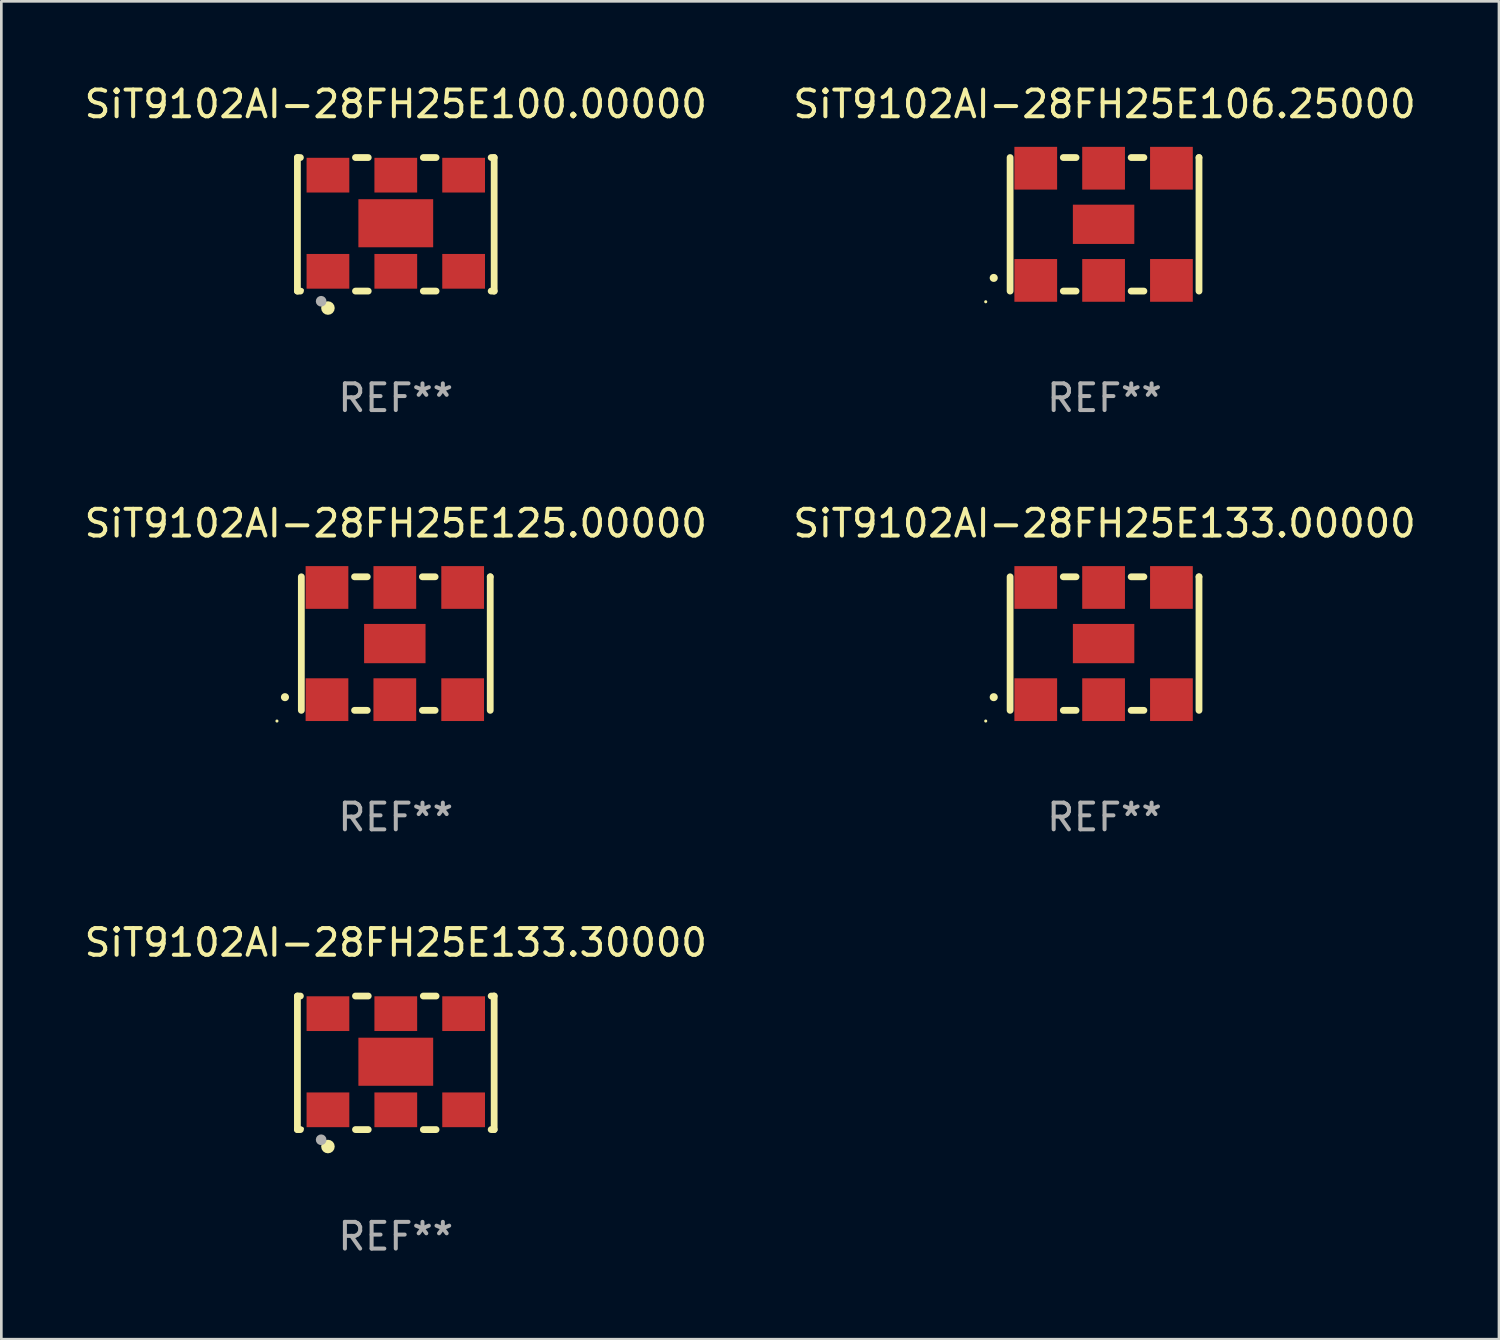
<source format=kicad_pcb>
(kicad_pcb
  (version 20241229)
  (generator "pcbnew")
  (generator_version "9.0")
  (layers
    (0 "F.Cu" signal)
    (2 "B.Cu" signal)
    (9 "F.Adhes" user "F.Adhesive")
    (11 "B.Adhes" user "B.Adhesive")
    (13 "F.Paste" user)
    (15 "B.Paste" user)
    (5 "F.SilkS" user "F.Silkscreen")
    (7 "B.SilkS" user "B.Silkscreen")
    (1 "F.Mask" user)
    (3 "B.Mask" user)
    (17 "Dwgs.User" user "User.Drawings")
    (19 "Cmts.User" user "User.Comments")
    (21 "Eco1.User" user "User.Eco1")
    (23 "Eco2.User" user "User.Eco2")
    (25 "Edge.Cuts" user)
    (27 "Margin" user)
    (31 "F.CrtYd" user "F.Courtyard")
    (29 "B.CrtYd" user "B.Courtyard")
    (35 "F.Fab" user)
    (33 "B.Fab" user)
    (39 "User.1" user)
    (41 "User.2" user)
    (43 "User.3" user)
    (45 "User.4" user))
  (footprint "SiT9102AI-28FH25E133.30000"
    (layer "F.Cu")
    (at 11.768 36.741)
    (property "Reference" "SiT9102AI-28FH25E133.30000" (at 0 -4.5 0) (layer "F.SilkS") (effects (font (size 1 1) (thickness 0.15))))
    (attr through_hole)
    (fp_line (start -3.683 -2.5) (end -3.571 -2.5) (stroke (width 0.254) (type solid)) (layer "F.SilkS"))
    (fp_line (start -3.683 2.5) (end -3.683 -2.5) (stroke (width 0.254) (type solid)) (layer "F.SilkS"))
    (fp_line (start -3.683 2.5) (end -3.571 2.5) (stroke (width 0.254) (type solid)) (layer "F.SilkS"))
    (fp_line (start -1.509 -2.5) (end -1.031 -2.5) (stroke (width 0.254) (type solid)) (layer "F.SilkS"))
    (fp_line (start -1.509 2.5) (end -1.031 2.5) (stroke (width 0.254) (type solid)) (layer "F.SilkS"))
    (fp_line (start 1.031 -2.5) (end 1.509 -2.5) (stroke (width 0.254) (type solid)) (layer "F.SilkS"))
    (fp_line (start 1.031 2.5) (end 1.509 2.5) (stroke (width 0.254) (type solid)) (layer "F.SilkS"))
    (fp_line (start 3.571 -2.5) (end 3.683 -2.5) (stroke (width 0.254) (type solid)) (layer "F.SilkS"))
    (fp_line (start 3.571 2.5) (end 3.683 2.5) (stroke (width 0.254) (type solid)) (layer "F.SilkS"))
    (fp_line (start 3.683 2.5) (end 3.683 -2.5) (stroke (width 0.254) (type solid)) (layer "F.SilkS"))
    (fp_circle (center -3.5 2.46) (end -3.47 2.46) (stroke (width 0.06) (type solid)) (fill no) (layer "F.SilkS"))
    (fp_circle (center -2.54 3.135) (end -2.413 3.135) (stroke (width 0.254) (type solid)) (fill no) (layer "F.SilkS"))
    (fp_circle (center -2.794 2.881) (end -2.694 2.881) (stroke (width 0.2) (type solid)) (fill no) (layer "F.Fab"))
    (fp_text user "REF**" (at 0 6.5 0) (layer "F.Fab") (effects (font (size 1 1) (thickness 0.15))))
    (pad "1" smd rect (at -2.54 1.76) (size 1.6 1.3) (layers "F.Cu" "F.Mask" "F.Paste"))
    (pad "2" smd rect (at 0 1.76) (size 1.6 1.3) (layers "F.Cu" "F.Mask" "F.Paste"))
    (pad "3" smd rect (at 2.54 1.76) (size 1.6 1.3) (layers "F.Cu" "F.Mask" "F.Paste"))
    (pad "4" smd rect (at 2.54 -1.84) (size 1.6 1.3) (layers "F.Cu" "F.Mask" "F.Paste"))
    (pad "5" smd rect (at 0 -1.84) (size 1.6 1.3) (layers "F.Cu" "F.Mask" "F.Paste"))
    (pad "6" smd rect (at -2.54 -1.84) (size 1.6 1.3) (layers "F.Cu" "F.Mask" "F.Paste"))
    (pad "7" smd rect (at 0 -0.04) (size 2.8 1.8) (layers "F.Cu" "F.Mask" "F.Paste")))
  (footprint "SiT9102AI-28FH25E106.25000"
    (layer "F.Cu")
    (at 38.304 5.348)
    (property "Reference" "SiT9102AI-28FH25E106.25000" (at 0 -4.5 0) (layer "F.SilkS") (effects (font (size 1 1) (thickness 0.15))))
    (attr through_hole)
    (fp_line (start -3.536 -2.5) (end -3.536 2.5) (stroke (width 0.254) (type solid)) (layer "F.SilkS"))
    (fp_line (start -1.544 2.5) (end -1.067 2.5) (stroke (width 0.254) (type solid)) (layer "F.SilkS"))
    (fp_line (start -1.067 -2.5) (end -1.544 -2.5) (stroke (width 0.254) (type solid)) (layer "F.SilkS"))
    (fp_line (start 0.996 2.5) (end 1.473 2.5) (stroke (width 0.254) (type solid)) (layer "F.SilkS"))
    (fp_line (start 1.473 -2.5) (end 0.996 -2.5) (stroke (width 0.254) (type solid)) (layer "F.SilkS"))
    (fp_line (start 3.536 -2.5) (end 3.536 -2.5) (stroke (width 0.254) (type solid)) (layer "F.SilkS"))
    (fp_line (start 3.536 2.5) (end 3.536 -2.5) (stroke (width 0.254) (type solid)) (layer "F.SilkS"))
    (fp_arc (start -4.150432 2.006604) (mid -4.149162 2.006599) (end -4.147892 2.006604) (stroke (width 0.3) (type solid)) (layer "F.SilkS"))
    (fp_circle (center -4.449 2.9) (end -4.419 2.9) (stroke (width 0.06) (type solid)) (fill no) (layer "F.SilkS"))
    (fp_text user "REF**" (at 0 6.5 0) (layer "F.Fab") (effects (font (size 1 1) (thickness 0.15))))
    (pad "1" smd rect (at -2.576 2.1) (size 1.6 1.6) (layers "F.Cu" "F.Mask" "F.Paste"))
    (pad "2" smd rect (at -0.036 2.1) (size 1.6 1.6) (layers "F.Cu" "F.Mask" "F.Paste"))
    (pad "3" smd rect (at 2.504 2.1) (size 1.6 1.6) (layers "F.Cu" "F.Mask" "F.Paste"))
    (pad "4" smd rect (at 2.504 -2.1) (size 1.6 1.6) (layers "F.Cu" "F.Mask" "F.Paste"))
    (pad "5" smd rect (at -0.036 -2.1) (size 1.6 1.6) (layers "F.Cu" "F.Mask" "F.Paste"))
    (pad "6" smd rect (at -2.576 -2.1) (size 1.6 1.6) (layers "F.Cu" "F.Mask" "F.Paste"))
    (pad "7" smd rect (at -0.036 0) (size 2.3 1.47) (layers "F.Cu" "F.Mask" "F.Paste")))
  (footprint "SiT9102AI-28FH25E133.00000"
    (layer "F.Cu")
    (at 38.304 21.045)
    (property "Reference" "SiT9102AI-28FH25E133.00000" (at 0 -4.5 0) (layer "F.SilkS") (effects (font (size 1 1) (thickness 0.15))))
    (attr through_hole)
    (fp_line (start -3.536 -2.5) (end -3.536 2.5) (stroke (width 0.254) (type solid)) (layer "F.SilkS"))
    (fp_line (start -1.544 2.5) (end -1.067 2.5) (stroke (width 0.254) (type solid)) (layer "F.SilkS"))
    (fp_line (start -1.067 -2.5) (end -1.544 -2.5) (stroke (width 0.254) (type solid)) (layer "F.SilkS"))
    (fp_line (start 0.996 2.5) (end 1.473 2.5) (stroke (width 0.254) (type solid)) (layer "F.SilkS"))
    (fp_line (start 1.473 -2.5) (end 0.996 -2.5) (stroke (width 0.254) (type solid)) (layer "F.SilkS"))
    (fp_line (start 3.536 -2.5) (end 3.536 -2.5) (stroke (width 0.254) (type solid)) (layer "F.SilkS"))
    (fp_line (start 3.536 2.5) (end 3.536 -2.5) (stroke (width 0.254) (type solid)) (layer "F.SilkS"))
    (fp_arc (start -4.150432 2.006604) (mid -4.149162 2.006599) (end -4.147892 2.006604) (stroke (width 0.3) (type solid)) (layer "F.SilkS"))
    (fp_circle (center -4.449 2.9) (end -4.419 2.9) (stroke (width 0.06) (type solid)) (fill no) (layer "F.SilkS"))
    (fp_text user "REF**" (at 0 6.5 0) (layer "F.Fab") (effects (font (size 1 1) (thickness 0.15))))
    (pad "1" smd rect (at -2.576 2.1) (size 1.6 1.6) (layers "F.Cu" "F.Mask" "F.Paste"))
    (pad "2" smd rect (at -0.036 2.1) (size 1.6 1.6) (layers "F.Cu" "F.Mask" "F.Paste"))
    (pad "3" smd rect (at 2.504 2.1) (size 1.6 1.6) (layers "F.Cu" "F.Mask" "F.Paste"))
    (pad "4" smd rect (at 2.504 -2.1) (size 1.6 1.6) (layers "F.Cu" "F.Mask" "F.Paste"))
    (pad "5" smd rect (at -0.036 -2.1) (size 1.6 1.6) (layers "F.Cu" "F.Mask" "F.Paste"))
    (pad "6" smd rect (at -2.576 -2.1) (size 1.6 1.6) (layers "F.Cu" "F.Mask" "F.Paste"))
    (pad "7" smd rect (at -0.036 0) (size 2.3 1.47) (layers "F.Cu" "F.Mask" "F.Paste")))
  (footprint "SiT9102AI-28FH25E100.00000"
    (layer "F.Cu")
    (at 11.768 5.348)
    (property "Reference" "SiT9102AI-28FH25E100.00000" (at 0 -4.5 0) (layer "F.SilkS") (effects (font (size 1 1) (thickness 0.15))))
    (attr through_hole)
    (fp_line (start -3.683 -2.5) (end -3.571 -2.5) (stroke (width 0.254) (type solid)) (layer "F.SilkS"))
    (fp_line (start -3.683 2.5) (end -3.683 -2.5) (stroke (width 0.254) (type solid)) (layer "F.SilkS"))
    (fp_line (start -3.683 2.5) (end -3.571 2.5) (stroke (width 0.254) (type solid)) (layer "F.SilkS"))
    (fp_line (start -1.509 -2.5) (end -1.031 -2.5) (stroke (width 0.254) (type solid)) (layer "F.SilkS"))
    (fp_line (start -1.509 2.5) (end -1.031 2.5) (stroke (width 0.254) (type solid)) (layer "F.SilkS"))
    (fp_line (start 1.031 -2.5) (end 1.509 -2.5) (stroke (width 0.254) (type solid)) (layer "F.SilkS"))
    (fp_line (start 1.031 2.5) (end 1.509 2.5) (stroke (width 0.254) (type solid)) (layer "F.SilkS"))
    (fp_line (start 3.571 -2.5) (end 3.683 -2.5) (stroke (width 0.254) (type solid)) (layer "F.SilkS"))
    (fp_line (start 3.571 2.5) (end 3.683 2.5) (stroke (width 0.254) (type solid)) (layer "F.SilkS"))
    (fp_line (start 3.683 2.5) (end 3.683 -2.5) (stroke (width 0.254) (type solid)) (layer "F.SilkS"))
    (fp_circle (center -3.5 2.46) (end -3.47 2.46) (stroke (width 0.06) (type solid)) (fill no) (layer "F.SilkS"))
    (fp_circle (center -2.54 3.135) (end -2.413 3.135) (stroke (width 0.254) (type solid)) (fill no) (layer "F.SilkS"))
    (fp_circle (center -2.794 2.881) (end -2.694 2.881) (stroke (width 0.2) (type solid)) (fill no) (layer "F.Fab"))
    (fp_text user "REF**" (at 0 6.5 0) (layer "F.Fab") (effects (font (size 1 1) (thickness 0.15))))
    (pad "1" smd rect (at -2.54 1.76) (size 1.6 1.3) (layers "F.Cu" "F.Mask" "F.Paste"))
    (pad "2" smd rect (at 0 1.76) (size 1.6 1.3) (layers "F.Cu" "F.Mask" "F.Paste"))
    (pad "3" smd rect (at 2.54 1.76) (size 1.6 1.3) (layers "F.Cu" "F.Mask" "F.Paste"))
    (pad "4" smd rect (at 2.54 -1.84) (size 1.6 1.3) (layers "F.Cu" "F.Mask" "F.Paste"))
    (pad "5" smd rect (at 0 -1.84) (size 1.6 1.3) (layers "F.Cu" "F.Mask" "F.Paste"))
    (pad "6" smd rect (at -2.54 -1.84) (size 1.6 1.3) (layers "F.Cu" "F.Mask" "F.Paste"))
    (pad "7" smd rect (at 0 -0.04) (size 2.8 1.8) (layers "F.Cu" "F.Mask" "F.Paste")))
  (footprint "SiT9102AI-28FH25E125.00000"
    (layer "F.Cu")
    (at 11.768 21.045)
    (property "Reference" "SiT9102AI-28FH25E125.00000" (at 0 -4.5 0) (layer "F.SilkS") (effects (font (size 1 1) (thickness 0.15))))
    (attr through_hole)
    (fp_line (start -3.536 -2.5) (end -3.536 2.5) (stroke (width 0.254) (type solid)) (layer "F.SilkS"))
    (fp_line (start -1.544 2.5) (end -1.067 2.5) (stroke (width 0.254) (type solid)) (layer "F.SilkS"))
    (fp_line (start -1.067 -2.5) (end -1.544 -2.5) (stroke (width 0.254) (type solid)) (layer "F.SilkS"))
    (fp_line (start 0.996 2.5) (end 1.473 2.5) (stroke (width 0.254) (type solid)) (layer "F.SilkS"))
    (fp_line (start 1.473 -2.5) (end 0.996 -2.5) (stroke (width 0.254) (type solid)) (layer "F.SilkS"))
    (fp_line (start 3.536 -2.5) (end 3.536 -2.5) (stroke (width 0.254) (type solid)) (layer "F.SilkS"))
    (fp_line (start 3.536 2.5) (end 3.536 -2.5) (stroke (width 0.254) (type solid)) (layer "F.SilkS"))
    (fp_arc (start -4.150432 2.006604) (mid -4.149162 2.006599) (end -4.147892 2.006604) (stroke (width 0.3) (type solid)) (layer "F.SilkS"))
    (fp_circle (center -4.449 2.9) (end -4.419 2.9) (stroke (width 0.06) (type solid)) (fill no) (layer "F.SilkS"))
    (fp_text user "REF**" (at 0 6.5 0) (layer "F.Fab") (effects (font (size 1 1) (thickness 0.15))))
    (pad "1" smd rect (at -2.576 2.1) (size 1.6 1.6) (layers "F.Cu" "F.Mask" "F.Paste"))
    (pad "2" smd rect (at -0.036 2.1) (size 1.6 1.6) (layers "F.Cu" "F.Mask" "F.Paste"))
    (pad "3" smd rect (at 2.504 2.1) (size 1.6 1.6) (layers "F.Cu" "F.Mask" "F.Paste"))
    (pad "4" smd rect (at 2.504 -2.1) (size 1.6 1.6) (layers "F.Cu" "F.Mask" "F.Paste"))
    (pad "5" smd rect (at -0.036 -2.1) (size 1.6 1.6) (layers "F.Cu" "F.Mask" "F.Paste"))
    (pad "6" smd rect (at -2.576 -2.1) (size 1.6 1.6) (layers "F.Cu" "F.Mask" "F.Paste"))
    (pad "7" smd rect (at -0.036 0) (size 2.3 1.47) (layers "F.Cu" "F.Mask" "F.Paste")))
  (gr_rect
    (start -3 -3)
    (end 53.071 47.09)
    (stroke (width 0.1) (type default))
    (fill no)
    (layer "Edge.Cuts")))
</source>
